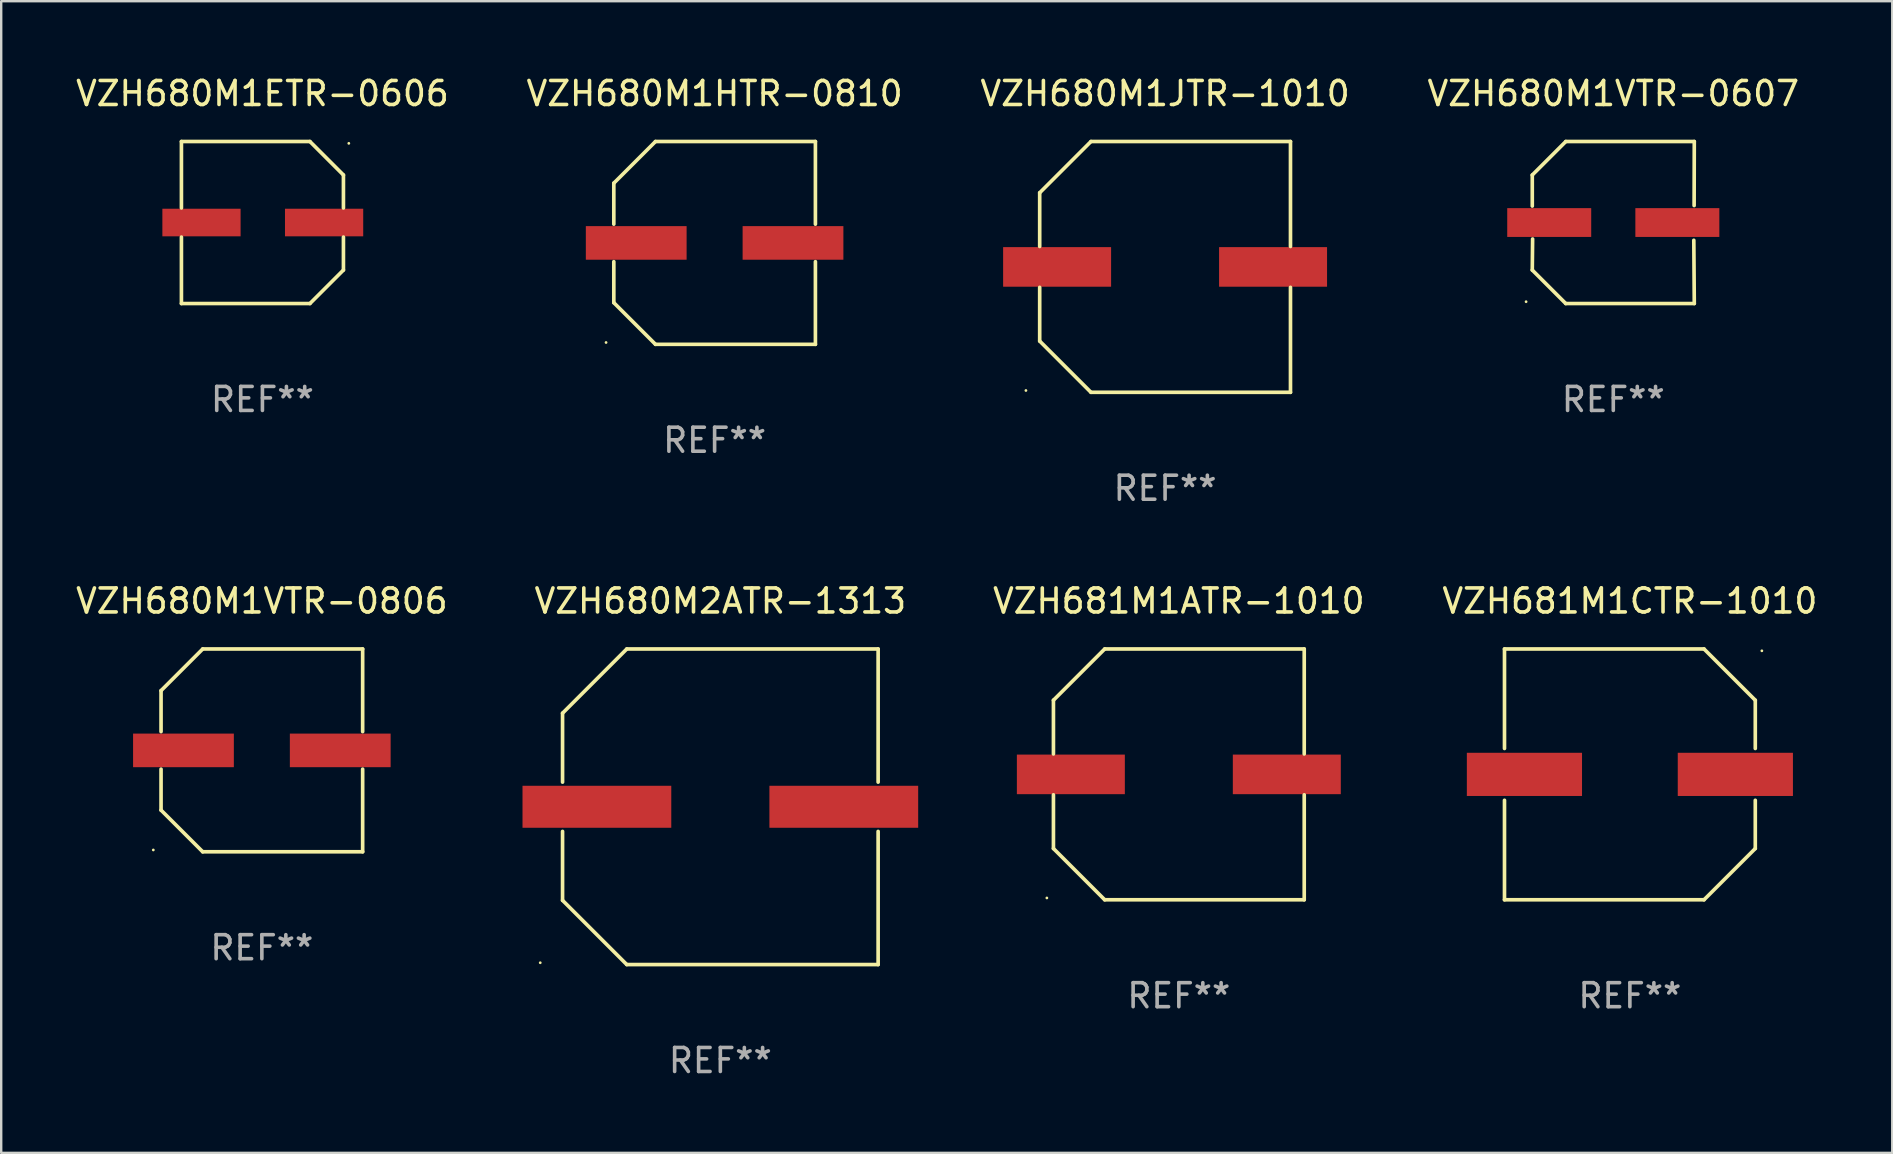
<source format=kicad_pcb>
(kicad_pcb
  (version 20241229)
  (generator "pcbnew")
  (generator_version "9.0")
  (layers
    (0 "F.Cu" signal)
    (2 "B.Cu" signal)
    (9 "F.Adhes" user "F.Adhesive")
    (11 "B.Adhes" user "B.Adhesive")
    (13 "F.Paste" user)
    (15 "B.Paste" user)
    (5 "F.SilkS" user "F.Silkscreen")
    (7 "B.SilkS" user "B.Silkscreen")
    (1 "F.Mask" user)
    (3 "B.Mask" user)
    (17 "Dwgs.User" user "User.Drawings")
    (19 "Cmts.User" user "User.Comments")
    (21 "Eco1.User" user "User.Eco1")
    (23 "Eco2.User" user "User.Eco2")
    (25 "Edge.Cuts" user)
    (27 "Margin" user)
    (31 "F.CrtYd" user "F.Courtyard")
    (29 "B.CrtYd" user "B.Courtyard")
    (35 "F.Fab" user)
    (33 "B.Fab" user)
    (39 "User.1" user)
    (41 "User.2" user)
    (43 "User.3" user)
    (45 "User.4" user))
  (footprint "VZH680M1VTR-0806"
    (layer "F.Cu")
    (at 7.863 28.223)
    (property "Reference" "VZH680M1VTR-0806" (at 0 -6.226 0) (layer "F.SilkS") (effects (font (size 1 1) (thickness 0.15))))
    (attr through_hole)
    (fp_line (start -4.201 -2.49) (end -4.201 -0.782) (stroke (width 0.152) (type solid)) (layer "F.SilkS"))
    (fp_line (start -4.201 2.49) (end -4.201 0.782) (stroke (width 0.152) (type solid)) (layer "F.SilkS"))
    (fp_line (start -2.465 -4.226) (end -4.201 -2.49) (stroke (width 0.152) (type solid)) (layer "F.SilkS"))
    (fp_line (start -2.465 4.226) (end -4.201 2.49) (stroke (width 0.152) (type solid)) (layer "F.SilkS"))
    (fp_line (start 4.201 -4.226) (end -2.465 -4.226) (stroke (width 0.152) (type solid)) (layer "F.SilkS"))
    (fp_line (start 4.201 -0.782) (end 4.201 -4.226) (stroke (width 0.152) (type solid)) (layer "F.SilkS"))
    (fp_line (start 4.201 0.782) (end 4.201 4.226) (stroke (width 0.152) (type solid)) (layer "F.SilkS"))
    (fp_line (start 4.201 4.226) (end -2.465 4.226) (stroke (width 0.152) (type solid)) (layer "F.SilkS"))
    (fp_circle (center -4.524 4.15) (end -4.494 4.15) (stroke (width 0.06) (type solid)) (fill no) (layer "F.SilkS"))
    (fp_text user "REF**" (at 0 8.226 0) (layer "F.Fab") (effects (font (size 1 1) (thickness 0.15))))
    (pad "1" smd rect (at -3.267 0) (size 4.2 1.4) (layers "F.Cu" "F.Mask" "F.Paste"))
    (pad "2" smd rect (at 3.267 0) (size 4.2 1.4) (layers "F.Cu" "F.Mask" "F.Paste")))
  (footprint "VZH681M1ATR-1010"
    (layer "F.Cu")
    (at 46.079 29.223)
    (property "Reference" "VZH681M1ATR-1010" (at 0 -7.226 0) (layer "F.SilkS") (effects (font (size 1 1) (thickness 0.15))))
    (attr through_hole)
    (fp_line (start -5.226 -3.09) (end -5.226 -0.852) (stroke (width 0.152) (type solid)) (layer "F.SilkS"))
    (fp_line (start -5.226 3.09) (end -5.226 0.852) (stroke (width 0.152) (type solid)) (layer "F.SilkS"))
    (fp_line (start -3.09 -5.226) (end -5.226 -3.09) (stroke (width 0.152) (type solid)) (layer "F.SilkS"))
    (fp_line (start -3.09 5.226) (end -5.226 3.09) (stroke (width 0.152) (type solid)) (layer "F.SilkS"))
    (fp_line (start 5.226 -5.226) (end -3.09 -5.226) (stroke (width 0.152) (type solid)) (layer "F.SilkS"))
    (fp_line (start 5.226 -0.852) (end 5.226 -5.226) (stroke (width 0.152) (type solid)) (layer "F.SilkS"))
    (fp_line (start 5.226 0.852) (end 5.226 5.226) (stroke (width 0.152) (type solid)) (layer "F.SilkS"))
    (fp_line (start 5.226 5.226) (end -3.09 5.226) (stroke (width 0.152) (type solid)) (layer "F.SilkS"))
    (fp_circle (center -5.5 5.15) (end -5.47 5.15) (stroke (width 0.06) (type solid)) (fill no) (layer "F.SilkS"))
    (fp_text user "REF**" (at 0 9.226 0) (layer "F.Fab") (effects (font (size 1 1) (thickness 0.15))))
    (pad "1" smd rect (at -4.5 -0.000025) (size 4.5 1.65) (layers "F.Cu" "F.Mask" "F.Paste"))
    (pad "2" smd rect (at 4.5 -0.000025) (size 4.5 1.65) (layers "F.Cu" "F.Mask" "F.Paste")))
  (footprint "VZH680M2ATR-1313"
    (layer "F.Cu")
    (at 26.971 30.573)
    (property "Reference" "VZH680M2ATR-1313" (at 0 -8.576 0) (layer "F.SilkS") (effects (font (size 1 1) (thickness 0.15))))
    (attr through_hole)
    (fp_line (start -6.576 -3.9) (end -6.576 -1.027) (stroke (width 0.152) (type solid)) (layer "F.SilkS"))
    (fp_line (start -6.576 3.9) (end -6.576 1.027) (stroke (width 0.152) (type solid)) (layer "F.SilkS"))
    (fp_line (start -3.9 -6.576) (end -6.576 -3.9) (stroke (width 0.152) (type solid)) (layer "F.SilkS"))
    (fp_line (start -3.9 6.576) (end -6.576 3.9) (stroke (width 0.152) (type solid)) (layer "F.SilkS"))
    (fp_line (start 6.576 -6.576) (end -3.9 -6.576) (stroke (width 0.152) (type solid)) (layer "F.SilkS"))
    (fp_line (start 6.576 -1.027) (end 6.576 -6.576) (stroke (width 0.152) (type solid)) (layer "F.SilkS"))
    (fp_line (start 6.576 1.027) (end 6.576 6.576) (stroke (width 0.152) (type solid)) (layer "F.SilkS"))
    (fp_line (start 6.576 6.576) (end -3.9 6.576) (stroke (width 0.152) (type solid)) (layer "F.SilkS"))
    (fp_circle (center -7.506 6.5) (end -7.476 6.5) (stroke (width 0.06) (type solid)) (fill no) (layer "F.SilkS"))
    (fp_text user "REF**" (at 0 10.576 0) (layer "F.Fab") (effects (font (size 1 1) (thickness 0.15))))
    (pad "1" smd rect (at -5.145 0) (size 6.2 1.75) (layers "F.Cu" "F.Mask" "F.Paste"))
    (pad "2" smd rect (at 5.145 0) (size 6.2 1.75) (layers "F.Cu" "F.Mask" "F.Paste")))
  (footprint "VZH680M1HTR-0810"
    (layer "F.Cu")
    (at 26.732 7.074)
    (property "Reference" "VZH680M1HTR-0810" (at 0 -6.226 0) (layer "F.SilkS") (effects (font (size 1 1) (thickness 0.15))))
    (attr through_hole)
    (fp_line (start -4.201 -2.49) (end -4.201 -0.782) (stroke (width 0.152) (type solid)) (layer "F.SilkS"))
    (fp_line (start -4.201 2.49) (end -4.201 0.782) (stroke (width 0.152) (type solid)) (layer "F.SilkS"))
    (fp_line (start -2.465 -4.226) (end -4.201 -2.49) (stroke (width 0.152) (type solid)) (layer "F.SilkS"))
    (fp_line (start -2.465 4.226) (end -4.201 2.49) (stroke (width 0.152) (type solid)) (layer "F.SilkS"))
    (fp_line (start 4.201 -4.226) (end -2.465 -4.226) (stroke (width 0.152) (type solid)) (layer "F.SilkS"))
    (fp_line (start 4.201 -0.782) (end 4.201 -4.226) (stroke (width 0.152) (type solid)) (layer "F.SilkS"))
    (fp_line (start 4.201 0.782) (end 4.201 4.226) (stroke (width 0.152) (type solid)) (layer "F.SilkS"))
    (fp_line (start 4.201 4.226) (end -2.465 4.226) (stroke (width 0.152) (type solid)) (layer "F.SilkS"))
    (fp_circle (center -4.524 4.15) (end -4.494 4.15) (stroke (width 0.06) (type solid)) (fill no) (layer "F.SilkS"))
    (fp_text user "REF**" (at 0 8.226 0) (layer "F.Fab") (effects (font (size 1 1) (thickness 0.15))))
    (pad "1" smd rect (at -3.267 0) (size 4.2 1.4) (layers "F.Cu" "F.Mask" "F.Paste"))
    (pad "2" smd rect (at 3.267 0) (size 4.2 1.4) (layers "F.Cu" "F.Mask" "F.Paste")))
  (footprint "VZH681M1CTR-1010"
    (layer "F.Cu")
    (at 64.877 29.223)
    (property "Reference" "VZH681M1CTR-1010" (at 0 -7.226 0) (layer "F.SilkS") (effects (font (size 1 1) (thickness 0.15))))
    (attr through_hole)
    (fp_line (start -5.226 -5.226) (end -5.226 -1.08) (stroke (width 0.152) (type solid)) (layer "F.SilkS"))
    (fp_line (start -5.226 -5.226) (end 3.09 -5.226) (stroke (width 0.152) (type solid)) (layer "F.SilkS"))
    (fp_line (start -5.226 1.08) (end -5.226 5.226) (stroke (width 0.152) (type solid)) (layer "F.SilkS"))
    (fp_line (start -5.226 5.226) (end 3.09 5.226) (stroke (width 0.152) (type solid)) (layer "F.SilkS"))
    (fp_line (start 3.09 -5.226) (end 5.226 -3.09) (stroke (width 0.152) (type solid)) (layer "F.SilkS"))
    (fp_line (start 3.09 5.226) (end 5.226 3.09) (stroke (width 0.152) (type solid)) (layer "F.SilkS"))
    (fp_line (start 5.226 -1.08) (end 5.226 -3.09) (stroke (width 0.152) (type solid)) (layer "F.SilkS"))
    (fp_line (start 5.226 3.09) (end 5.226 1.08) (stroke (width 0.152) (type solid)) (layer "F.SilkS"))
    (fp_circle (center 5.5 -5.15) (end 5.53 -5.15) (stroke (width 0.06) (type solid)) (fill no) (layer "F.SilkS"))
    (fp_text user "REF**" (at 0 9.226 0) (layer "F.Fab") (effects (font (size 1 1) (thickness 0.15))))
    (pad "1" smd rect (at 4.395 0 180) (size 4.8 1.8) (layers "F.Cu" "F.Mask" "F.Paste"))
    (pad "2" smd rect (at -4.395 0 180) (size 4.8 1.8) (layers "F.Cu" "F.Mask" "F.Paste")))
  (footprint "VZH680M1ETR-0606"
    (layer "F.Cu")
    (at 7.887 6.224)
    (property "Reference" "VZH680M1ETR-0606" (at 0 -5.376 0) (layer "F.SilkS") (effects (font (size 1 1) (thickness 0.15))))
    (attr through_hole)
    (fp_line (start -3.376 -3.376) (end 1.98 -3.376) (stroke (width 0.152) (type solid)) (layer "F.SilkS"))
    (fp_line (start -3.376 -0.607) (end -3.376 -3.376) (stroke (width 0.152) (type solid)) (layer "F.SilkS"))
    (fp_line (start -3.376 0.607) (end -3.376 3.376) (stroke (width 0.152) (type solid)) (layer "F.SilkS"))
    (fp_line (start -3.376 3.376) (end 1.98 3.376) (stroke (width 0.152) (type solid)) (layer "F.SilkS"))
    (fp_line (start 1.98 -3.376) (end 3.376 -1.98) (stroke (width 0.152) (type solid)) (layer "F.SilkS"))
    (fp_line (start 1.98 3.376) (end 3.376 1.98) (stroke (width 0.152) (type solid)) (layer "F.SilkS"))
    (fp_line (start 3.376 -1.98) (end 3.376 -0.607) (stroke (width 0.152) (type solid)) (layer "F.SilkS"))
    (fp_line (start 3.376 1.98) (end 3.376 0.607) (stroke (width 0.152) (type solid)) (layer "F.SilkS"))
    (fp_circle (center 3.6 -3.3) (end 3.63 -3.3) (stroke (width 0.06) (type solid)) (fill no) (layer "F.SilkS"))
    (fp_text user "REF**" (at 0 7.376 0) (layer "F.Fab") (effects (font (size 1 1) (thickness 0.15))))
    (pad "1" smd rect (at 2.57 0 180) (size 3.26 1.15) (layers "F.Cu" "F.Mask" "F.Paste"))
    (pad "2" smd rect (at -2.54 0 180) (size 3.26 1.15) (layers "F.Cu" "F.Mask" "F.Paste")))
  (footprint "VZH680M1VTR-0607"
    (layer "F.Cu")
    (at 64.185 6.224)
    (property "Reference" "VZH680M1VTR-0607" (at 0 -5.376 0) (layer "F.SilkS") (effects (font (size 1 1) (thickness 0.15))))
    (attr through_hole)
    (fp_line (start -3.376 -1.98) (end -3.376 -0.686) (stroke (width 0.152) (type solid)) (layer "F.SilkS"))
    (fp_line (start -3.376 1.981) (end -3.362 0.686) (stroke (width 0.152) (type solid)) (layer "F.SilkS"))
    (fp_line (start -1.981 3.376) (end -3.376 1.981) (stroke (width 0.152) (type solid)) (layer "F.SilkS"))
    (fp_line (start -1.98 -3.376) (end -3.376 -1.98) (stroke (width 0.152) (type solid)) (layer "F.SilkS"))
    (fp_line (start 3.356 0.74) (end 3.376 3.376) (stroke (width 0.152) (type solid)) (layer "F.SilkS"))
    (fp_line (start 3.369 -0.707) (end 3.376 -3.376) (stroke (width 0.152) (type solid)) (layer "F.SilkS"))
    (fp_line (start 3.376 3.376) (end -1.981 3.376) (stroke (width 0.152) (type solid)) (layer "F.SilkS"))
    (fp_line (start 3.376 -3.376) (end -1.98 -3.376) (stroke (width 0.152) (type solid)) (layer "F.SilkS"))
    (fp_circle (center -3.634 3.3) (end -3.604 3.3) (stroke (width 0.06) (type solid)) (fill no) (layer "F.SilkS"))
    (fp_text user "REF**" (at 0 7.376 0) (layer "F.Fab") (effects (font (size 1 1) (thickness 0.15))))
    (pad "1" smd rect (at -2.67 0.000254) (size 3.5 1.2) (layers "F.Cu" "F.Mask" "F.Paste"))
    (pad "2" smd rect (at 2.67 0.000254) (size 3.5 1.2) (layers "F.Cu" "F.Mask" "F.Paste")))
  (footprint "VZH680M1JTR-1010"
    (layer "F.Cu")
    (at 45.506 8.074)
    (property "Reference" "VZH680M1JTR-1010" (at 0 -7.226 0) (layer "F.SilkS") (effects (font (size 1 1) (thickness 0.15))))
    (attr through_hole)
    (fp_line (start -5.226 -3.09) (end -5.226 -0.852) (stroke (width 0.152) (type solid)) (layer "F.SilkS"))
    (fp_line (start -5.226 3.09) (end -5.226 0.852) (stroke (width 0.152) (type solid)) (layer "F.SilkS"))
    (fp_line (start -3.09 -5.226) (end -5.226 -3.09) (stroke (width 0.152) (type solid)) (layer "F.SilkS"))
    (fp_line (start -3.09 5.226) (end -5.226 3.09) (stroke (width 0.152) (type solid)) (layer "F.SilkS"))
    (fp_line (start 5.226 -5.226) (end -3.09 -5.226) (stroke (width 0.152) (type solid)) (layer "F.SilkS"))
    (fp_line (start 5.226 -0.852) (end 5.226 -5.226) (stroke (width 0.152) (type solid)) (layer "F.SilkS"))
    (fp_line (start 5.226 0.852) (end 5.226 5.226) (stroke (width 0.152) (type solid)) (layer "F.SilkS"))
    (fp_line (start 5.226 5.226) (end -3.09 5.226) (stroke (width 0.152) (type solid)) (layer "F.SilkS"))
    (fp_circle (center -5.8 5.15) (end -5.77 5.15) (stroke (width 0.06) (type solid)) (fill no) (layer "F.SilkS"))
    (fp_text user "REF**" (at 0 9.226 0) (layer "F.Fab") (effects (font (size 1 1) (thickness 0.15))))
    (pad "1" smd rect (at -4.5 0) (size 4.5 1.65) (layers "F.Cu" "F.Mask" "F.Paste"))
    (pad "2" smd rect (at 4.5 0) (size 4.5 1.65) (layers "F.Cu" "F.Mask" "F.Paste")))
  (gr_rect
    (start -3 -3)
    (end 75.811 44.998)
    (stroke (width 0.1) (type default))
    (fill no)
    (layer "Edge.Cuts")))
</source>
